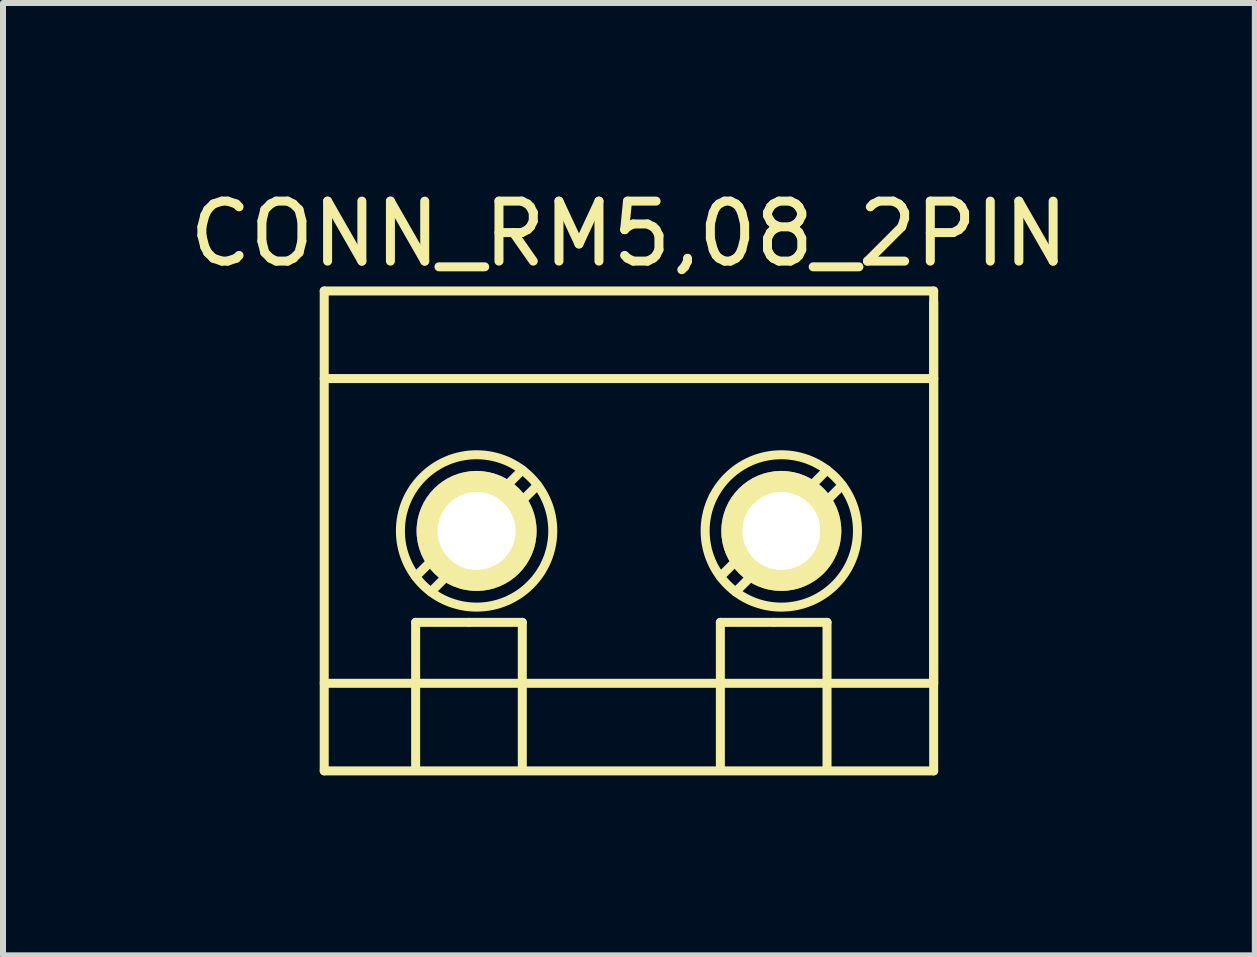
<source format=kicad_pcb>
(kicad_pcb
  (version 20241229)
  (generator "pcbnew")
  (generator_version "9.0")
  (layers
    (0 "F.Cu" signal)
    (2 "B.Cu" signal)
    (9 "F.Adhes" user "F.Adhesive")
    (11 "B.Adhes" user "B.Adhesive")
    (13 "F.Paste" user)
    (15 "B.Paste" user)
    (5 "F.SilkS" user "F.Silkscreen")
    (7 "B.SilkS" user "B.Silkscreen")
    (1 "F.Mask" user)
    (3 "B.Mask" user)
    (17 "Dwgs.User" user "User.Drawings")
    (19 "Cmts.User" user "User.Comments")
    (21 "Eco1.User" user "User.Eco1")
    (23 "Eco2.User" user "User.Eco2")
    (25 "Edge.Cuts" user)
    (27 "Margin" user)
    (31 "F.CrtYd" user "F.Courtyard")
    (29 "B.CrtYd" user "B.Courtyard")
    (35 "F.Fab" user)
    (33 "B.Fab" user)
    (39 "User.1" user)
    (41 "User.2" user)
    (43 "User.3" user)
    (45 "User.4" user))
  (footprint "CONN_RM5,08_2PIN"
    (layer "F.Cu")
    (at 7.435 5.801)
    (property "Reference" "CONN_RM5,08_2PIN" (at 0 -4.953 0) (layer "F.SilkS") (effects (font (size 1 1) (thickness 0.15))))
    (attr through_hole)
    (fp_line (start -5.08 -4) (end 5.08 -4) (stroke (width 0.15) (type solid)) (layer "F.SilkS"))
    (fp_line (start -5.08 -2.54) (end 5.08 -2.54) (stroke (width 0.15) (type solid)) (layer "F.SilkS"))
    (fp_line (start -5.08 4) (end -5.08 -4) (stroke (width 0.15) (type solid)) (layer "F.SilkS"))
    (fp_line (start -3.556 0.762) (end -1.778 -1.016) (stroke (width 0.15) (type solid)) (layer "F.SilkS"))
    (fp_line (start -3.556 1.524) (end -2.667 1.524) (stroke (width 0.15) (type solid)) (layer "F.SilkS"))
    (fp_line (start -3.556 3.937) (end -3.556 1.524) (stroke (width 0.15) (type solid)) (layer "F.SilkS"))
    (fp_line (start -3.302 1.016) (end -1.524 -0.762) (stroke (width 0.15) (type solid)) (layer "F.SilkS"))
    (fp_line (start -2.667 1.524) (end -1.778 1.524) (stroke (width 0.15) (type solid)) (layer "F.SilkS"))
    (fp_line (start -1.778 1.524) (end -1.778 3.937) (stroke (width 0.15) (type solid)) (layer "F.SilkS"))
    (fp_line (start 1.524 0.762) (end 3.302 -1.016) (stroke (width 0.15) (type solid)) (layer "F.SilkS"))
    (fp_line (start 1.524 1.524) (end 1.524 3.937) (stroke (width 0.15) (type solid)) (layer "F.SilkS"))
    (fp_line (start 1.524 1.524) (end 2.413 1.524) (stroke (width 0.15) (type solid)) (layer "F.SilkS"))
    (fp_line (start 1.778 1.016) (end 3.556 -0.762) (stroke (width 0.15) (type solid)) (layer "F.SilkS"))
    (fp_line (start 2.413 1.524) (end 3.302 1.524) (stroke (width 0.15) (type solid)) (layer "F.SilkS"))
    (fp_line (start 3.302 1.524) (end 3.302 3.937) (stroke (width 0.15) (type solid)) (layer "F.SilkS"))
    (fp_line (start 5.08 -4) (end 5.08 4) (stroke (width 0.15) (type solid)) (layer "F.SilkS"))
    (fp_line (start 5.08 -3.81) (end 5.08 -2.54) (stroke (width 0.15) (type solid)) (layer "F.SilkS"))
    (fp_line (start 5.08 -2.54) (end 5.08 2.54) (stroke (width 0.15) (type solid)) (layer "F.SilkS"))
    (fp_line (start 5.08 2.54) (end -5.08 2.54) (stroke (width 0.15) (type solid)) (layer "F.SilkS"))
    (fp_line (start 5.08 4) (end -5.08 4) (stroke (width 0.15) (type solid)) (layer "F.SilkS"))
    (fp_circle (center -2.54 0) (end -3.81 0) (stroke (width 0.15) (type solid)) (fill no) (layer "F.SilkS"))
    (fp_circle (center 2.54 0) (end 1.27 0) (stroke (width 0.15) (type solid)) (fill no) (layer "F.SilkS"))
    (pad "1" thru_hole circle (at 2.54 0) (size 2 2) (drill 1.3) (layers "*.Cu" "*.Mask" "F.SilkS"))
    (pad "2" thru_hole circle (at -2.54 0) (size 2 2) (drill 1.3) (layers "*.Cu" "*.Mask" "F.SilkS")))
  (gr_rect
    (start -3 -3)
    (end 17.869 12.876)
    (stroke (width 0.1) (type default))
    (fill no)
    (layer "Edge.Cuts")))
</source>
